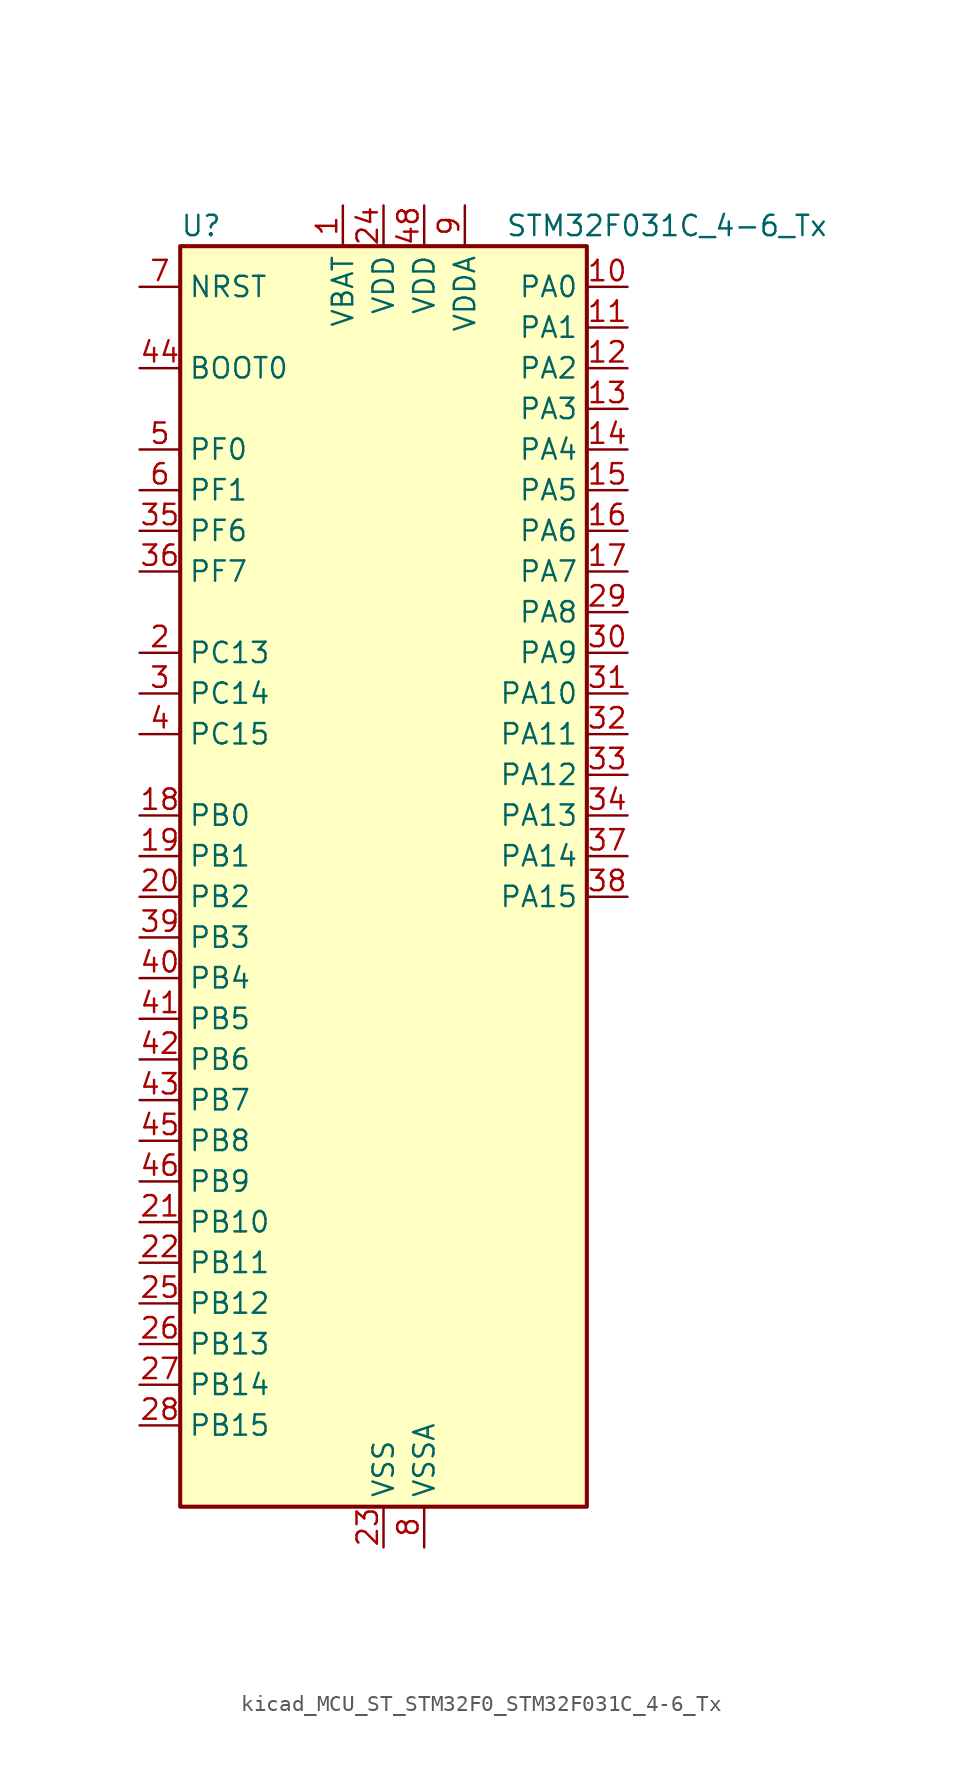
<source format=kicad_sym>
(kicad_symbol_lib
  (version 20220914)
  (generator kicad_symbol_editor)
  (symbol "kicad_MCU_ST_STM32F0_STM32F031C_4-6_Tx"
    (property "Reference" "U"
      (at -12.7 41.91 0)
      (effects (font (size 1.27 1.27)) (justify left)))
    (property "Value" "STM32F031C_4-6_Tx"
      (at 7.62 41.91 0)
      (effects (font (size 1.27 1.27)) (justify left)))
    (property "ki_locked" ""
      (at 0 0 0)
      (effects (font (size 1.27 1.27))))
    (symbol "kicad_MCU_ST_STM32F0_STM32F031C_4-6_Tx_0_1"
      (rectangle (start -12.7 -38.1) (end 12.7 40.64) (stroke (width 0.254) (type default)) (fill (type background))))
    (symbol "kicad_MCU_ST_STM32F0_STM32F031C_4-6_Tx_1_1"
      (pin power_in line (at -2.54 43.18 270) (length 2.54) (name "VBAT" (effects (font (size 1.27 1.27)))) (number "1" (effects (font (size 1.27 1.27)))))
      (pin bidirectional line (at 15.24 38.1 180) (length 2.54) (name "PA0" (effects (font (size 1.27 1.27)))) (number "10" (effects (font (size 1.27 1.27)))) (alternate "ADC_IN0" bidirectional line) (alternate "RTC_TAMP2" bidirectional line) (alternate "SYS_WKUP1" bidirectional line) (alternate "TIM2_CH1" bidirectional line) (alternate "TIM2_ETR" bidirectional line) (alternate "USART1_CTS" bidirectional line))
      (pin bidirectional line (at 15.24 35.56 180) (length 2.54) (name "PA1" (effects (font (size 1.27 1.27)))) (number "11" (effects (font (size 1.27 1.27)))) (alternate "ADC_IN1" bidirectional line) (alternate "TIM2_CH2" bidirectional line) (alternate "USART1_DE" bidirectional line) (alternate "USART1_RTS" bidirectional line))
      (pin bidirectional line (at 15.24 33.02 180) (length 2.54) (name "PA2" (effects (font (size 1.27 1.27)))) (number "12" (effects (font (size 1.27 1.27)))) (alternate "ADC_IN2" bidirectional line) (alternate "TIM2_CH3" bidirectional line) (alternate "USART1_TX" bidirectional line))
      (pin bidirectional line (at 15.24 30.48 180) (length 2.54) (name "PA3" (effects (font (size 1.27 1.27)))) (number "13" (effects (font (size 1.27 1.27)))) (alternate "ADC_IN3" bidirectional line) (alternate "TIM2_CH4" bidirectional line) (alternate "USART1_RX" bidirectional line))
      (pin bidirectional line (at 15.24 27.94 180) (length 2.54) (name "PA4" (effects (font (size 1.27 1.27)))) (number "14" (effects (font (size 1.27 1.27)))) (alternate "ADC_IN4" bidirectional line) (alternate "I2S1_WS" bidirectional line) (alternate "SPI1_NSS" bidirectional line) (alternate "TIM14_CH1" bidirectional line) (alternate "USART1_CK" bidirectional line))
      (pin bidirectional line (at 15.24 25.4 180) (length 2.54) (name "PA5" (effects (font (size 1.27 1.27)))) (number "15" (effects (font (size 1.27 1.27)))) (alternate "ADC_IN5" bidirectional line) (alternate "I2S1_CK" bidirectional line) (alternate "SPI1_SCK" bidirectional line) (alternate "TIM2_CH1" bidirectional line) (alternate "TIM2_ETR" bidirectional line))
      (pin bidirectional line (at 15.24 22.86 180) (length 2.54) (name "PA6" (effects (font (size 1.27 1.27)))) (number "16" (effects (font (size 1.27 1.27)))) (alternate "ADC_IN6" bidirectional line) (alternate "I2S1_MCK" bidirectional line) (alternate "SPI1_MISO" bidirectional line) (alternate "TIM16_CH1" bidirectional line) (alternate "TIM1_BKIN" bidirectional line) (alternate "TIM3_CH1" bidirectional line))
      (pin bidirectional line (at 15.24 20.32 180) (length 2.54) (name "PA7" (effects (font (size 1.27 1.27)))) (number "17" (effects (font (size 1.27 1.27)))) (alternate "ADC_IN7" bidirectional line) (alternate "I2S1_SD" bidirectional line) (alternate "SPI1_MOSI" bidirectional line) (alternate "TIM14_CH1" bidirectional line) (alternate "TIM17_CH1" bidirectional line) (alternate "TIM1_CH1N" bidirectional line) (alternate "TIM3_CH2" bidirectional line))
      (pin bidirectional line (at -15.24 5.08 0) (length 2.54) (name "PB0" (effects (font (size 1.27 1.27)))) (number "18" (effects (font (size 1.27 1.27)))) (alternate "ADC_IN8" bidirectional line) (alternate "TIM1_CH2N" bidirectional line) (alternate "TIM3_CH3" bidirectional line))
      (pin bidirectional line (at -15.24 2.54 0) (length 2.54) (name "PB1" (effects (font (size 1.27 1.27)))) (number "19" (effects (font (size 1.27 1.27)))) (alternate "ADC_IN9" bidirectional line) (alternate "TIM14_CH1" bidirectional line) (alternate "TIM1_CH3N" bidirectional line) (alternate "TIM3_CH4" bidirectional line))
      (pin bidirectional line (at -15.24 15.24 0) (length 2.54) (name "PC13" (effects (font (size 1.27 1.27)))) (number "2" (effects (font (size 1.27 1.27)))) (alternate "RTC_OUT_ALARM" bidirectional line) (alternate "RTC_OUT_CALIB" bidirectional line) (alternate "RTC_TAMP1" bidirectional line) (alternate "RTC_TS" bidirectional line) (alternate "SYS_WKUP2" bidirectional line))
      (pin bidirectional line (at -15.24 0 0) (length 2.54) (name "PB2" (effects (font (size 1.27 1.27)))) (number "20" (effects (font (size 1.27 1.27)))))
      (pin bidirectional line (at -15.24 -20.32 0) (length 2.54) (name "PB10" (effects (font (size 1.27 1.27)))) (number "21" (effects (font (size 1.27 1.27)))) (alternate "I2C1_SCL" bidirectional line) (alternate "TIM2_CH3" bidirectional line))
      (pin bidirectional line (at -15.24 -22.86 0) (length 2.54) (name "PB11" (effects (font (size 1.27 1.27)))) (number "22" (effects (font (size 1.27 1.27)))) (alternate "I2C1_SDA" bidirectional line) (alternate "TIM2_CH4" bidirectional line))
      (pin power_in line (at 0 -40.64 90) (length 2.54) (name "VSS" (effects (font (size 1.27 1.27)))) (number "23" (effects (font (size 1.27 1.27)))))
      (pin power_in line (at 0 43.18 270) (length 2.54) (name "VDD" (effects (font (size 1.27 1.27)))) (number "24" (effects (font (size 1.27 1.27)))))
      (pin bidirectional line (at -15.24 -25.4 0) (length 2.54) (name "PB12" (effects (font (size 1.27 1.27)))) (number "25" (effects (font (size 1.27 1.27)))) (alternate "SPI1_NSS" bidirectional line) (alternate "TIM1_BKIN" bidirectional line))
      (pin bidirectional line (at -15.24 -27.94 0) (length 2.54) (name "PB13" (effects (font (size 1.27 1.27)))) (number "26" (effects (font (size 1.27 1.27)))) (alternate "SPI1_SCK" bidirectional line) (alternate "TIM1_CH1N" bidirectional line))
      (pin bidirectional line (at -15.24 -30.48 0) (length 2.54) (name "PB14" (effects (font (size 1.27 1.27)))) (number "27" (effects (font (size 1.27 1.27)))) (alternate "SPI1_MISO" bidirectional line) (alternate "TIM1_CH2N" bidirectional line))
      (pin bidirectional line (at -15.24 -33.02 0) (length 2.54) (name "PB15" (effects (font (size 1.27 1.27)))) (number "28" (effects (font (size 1.27 1.27)))) (alternate "RTC_REFIN" bidirectional line) (alternate "SPI1_MOSI" bidirectional line) (alternate "TIM1_CH3N" bidirectional line))
      (pin bidirectional line (at 15.24 17.78 180) (length 2.54) (name "PA8" (effects (font (size 1.27 1.27)))) (number "29" (effects (font (size 1.27 1.27)))) (alternate "RCC_MCO" bidirectional line) (alternate "TIM1_CH1" bidirectional line) (alternate "USART1_CK" bidirectional line))
      (pin bidirectional line (at -15.24 12.7 0) (length 2.54) (name "PC14" (effects (font (size 1.27 1.27)))) (number "3" (effects (font (size 1.27 1.27)))) (alternate "RCC_OSC32_IN" bidirectional line))
      (pin bidirectional line (at 15.24 15.24 180) (length 2.54) (name "PA9" (effects (font (size 1.27 1.27)))) (number "30" (effects (font (size 1.27 1.27)))) (alternate "I2C1_SCL" bidirectional line) (alternate "TIM1_CH2" bidirectional line) (alternate "USART1_TX" bidirectional line))
      (pin bidirectional line (at 15.24 12.7 180) (length 2.54) (name "PA10" (effects (font (size 1.27 1.27)))) (number "31" (effects (font (size 1.27 1.27)))) (alternate "I2C1_SDA" bidirectional line) (alternate "TIM17_BKIN" bidirectional line) (alternate "TIM1_CH3" bidirectional line) (alternate "USART1_RX" bidirectional line))
      (pin bidirectional line (at 15.24 10.16 180) (length 2.54) (name "PA11" (effects (font (size 1.27 1.27)))) (number "32" (effects (font (size 1.27 1.27)))) (alternate "TIM1_CH4" bidirectional line) (alternate "USART1_CTS" bidirectional line))
      (pin bidirectional line (at 15.24 7.62 180) (length 2.54) (name "PA12" (effects (font (size 1.27 1.27)))) (number "33" (effects (font (size 1.27 1.27)))) (alternate "TIM1_ETR" bidirectional line) (alternate "USART1_DE" bidirectional line) (alternate "USART1_RTS" bidirectional line))
      (pin bidirectional line (at 15.24 5.08 180) (length 2.54) (name "PA13" (effects (font (size 1.27 1.27)))) (number "34" (effects (font (size 1.27 1.27)))) (alternate "IR_OUT" bidirectional line) (alternate "SYS_SWDIO" bidirectional line))
      (pin bidirectional line (at -15.24 22.86 0) (length 2.54) (name "PF6" (effects (font (size 1.27 1.27)))) (number "35" (effects (font (size 1.27 1.27)))) (alternate "I2C1_SCL" bidirectional line))
      (pin bidirectional line (at -15.24 20.32 0) (length 2.54) (name "PF7" (effects (font (size 1.27 1.27)))) (number "36" (effects (font (size 1.27 1.27)))) (alternate "I2C1_SDA" bidirectional line))
      (pin bidirectional line (at 15.24 2.54 180) (length 2.54) (name "PA14" (effects (font (size 1.27 1.27)))) (number "37" (effects (font (size 1.27 1.27)))) (alternate "SYS_SWCLK" bidirectional line) (alternate "USART1_TX" bidirectional line))
      (pin bidirectional line (at 15.24 0 180) (length 2.54) (name "PA15" (effects (font (size 1.27 1.27)))) (number "38" (effects (font (size 1.27 1.27)))) (alternate "I2S1_WS" bidirectional line) (alternate "SPI1_NSS" bidirectional line) (alternate "TIM2_CH1" bidirectional line) (alternate "TIM2_ETR" bidirectional line) (alternate "USART1_RX" bidirectional line))
      (pin bidirectional line (at -15.24 -2.54 0) (length 2.54) (name "PB3" (effects (font (size 1.27 1.27)))) (number "39" (effects (font (size 1.27 1.27)))) (alternate "I2S1_CK" bidirectional line) (alternate "SPI1_SCK" bidirectional line) (alternate "TIM2_CH2" bidirectional line))
      (pin bidirectional line (at -15.24 10.16 0) (length 2.54) (name "PC15" (effects (font (size 1.27 1.27)))) (number "4" (effects (font (size 1.27 1.27)))) (alternate "RCC_OSC32_OUT" bidirectional line))
      (pin bidirectional line (at -15.24 -5.08 0) (length 2.54) (name "PB4" (effects (font (size 1.27 1.27)))) (number "40" (effects (font (size 1.27 1.27)))) (alternate "I2S1_MCK" bidirectional line) (alternate "SPI1_MISO" bidirectional line) (alternate "TIM3_CH1" bidirectional line))
      (pin bidirectional line (at -15.24 -7.62 0) (length 2.54) (name "PB5" (effects (font (size 1.27 1.27)))) (number "41" (effects (font (size 1.27 1.27)))) (alternate "I2C1_SMBA" bidirectional line) (alternate "I2S1_SD" bidirectional line) (alternate "SPI1_MOSI" bidirectional line) (alternate "TIM16_BKIN" bidirectional line) (alternate "TIM3_CH2" bidirectional line))
      (pin bidirectional line (at -15.24 -10.16 0) (length 2.54) (name "PB6" (effects (font (size 1.27 1.27)))) (number "42" (effects (font (size 1.27 1.27)))) (alternate "I2C1_SCL" bidirectional line) (alternate "TIM16_CH1N" bidirectional line) (alternate "USART1_TX" bidirectional line))
      (pin bidirectional line (at -15.24 -12.7 0) (length 2.54) (name "PB7" (effects (font (size 1.27 1.27)))) (number "43" (effects (font (size 1.27 1.27)))) (alternate "I2C1_SDA" bidirectional line) (alternate "TIM17_CH1N" bidirectional line) (alternate "USART1_RX" bidirectional line))
      (pin input line (at -15.24 33.02 0) (length 2.54) (name "BOOT0" (effects (font (size 1.27 1.27)))) (number "44" (effects (font (size 1.27 1.27)))))
      (pin bidirectional line (at -15.24 -15.24 0) (length 2.54) (name "PB8" (effects (font (size 1.27 1.27)))) (number "45" (effects (font (size 1.27 1.27)))) (alternate "I2C1_SCL" bidirectional line) (alternate "TIM16_CH1" bidirectional line))
      (pin bidirectional line (at -15.24 -17.78 0) (length 2.54) (name "PB9" (effects (font (size 1.27 1.27)))) (number "46" (effects (font (size 1.27 1.27)))) (alternate "I2C1_SDA" bidirectional line) (alternate "IR_OUT" bidirectional line) (alternate "TIM17_CH1" bidirectional line))
      (pin passive line (at 0 -40.64 90) (length 2.54) hide (name "VSS" (effects (font (size 1.27 1.27)))) (number "47" (effects (font (size 1.27 1.27)))))
      (pin power_in line (at 2.54 43.18 270) (length 2.54) (name "VDD" (effects (font (size 1.27 1.27)))) (number "48" (effects (font (size 1.27 1.27)))))
      (pin bidirectional line (at -15.24 27.94 0) (length 2.54) (name "PF0" (effects (font (size 1.27 1.27)))) (number "5" (effects (font (size 1.27 1.27)))) (alternate "RCC_OSC_IN" bidirectional line))
      (pin bidirectional line (at -15.24 25.4 0) (length 2.54) (name "PF1" (effects (font (size 1.27 1.27)))) (number "6" (effects (font (size 1.27 1.27)))) (alternate "RCC_OSC_OUT" bidirectional line))
      (pin input line (at -15.24 38.1 0) (length 2.54) (name "NRST" (effects (font (size 1.27 1.27)))) (number "7" (effects (font (size 1.27 1.27)))))
      (pin power_in line (at 2.54 -40.64 90) (length 2.54) (name "VSSA" (effects (font (size 1.27 1.27)))) (number "8" (effects (font (size 1.27 1.27)))))
      (pin power_in line (at 5.08 43.18 270) (length 2.54) (name "VDDA" (effects (font (size 1.27 1.27)))) (number "9" (effects (font (size 1.27 1.27))))))))
</source>
